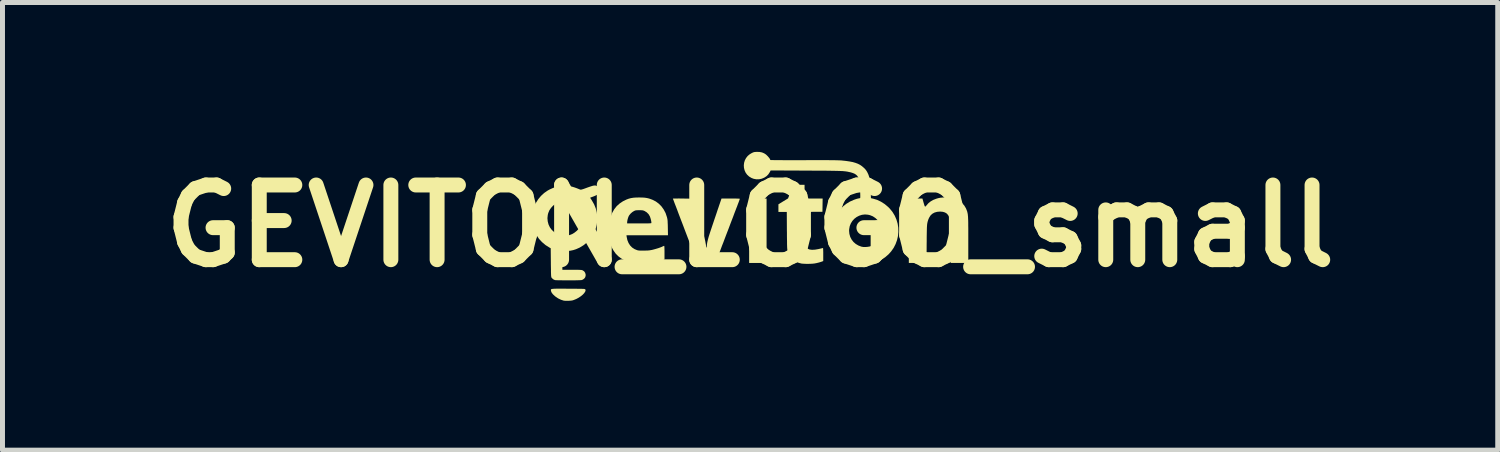
<source format=kicad_pcb>
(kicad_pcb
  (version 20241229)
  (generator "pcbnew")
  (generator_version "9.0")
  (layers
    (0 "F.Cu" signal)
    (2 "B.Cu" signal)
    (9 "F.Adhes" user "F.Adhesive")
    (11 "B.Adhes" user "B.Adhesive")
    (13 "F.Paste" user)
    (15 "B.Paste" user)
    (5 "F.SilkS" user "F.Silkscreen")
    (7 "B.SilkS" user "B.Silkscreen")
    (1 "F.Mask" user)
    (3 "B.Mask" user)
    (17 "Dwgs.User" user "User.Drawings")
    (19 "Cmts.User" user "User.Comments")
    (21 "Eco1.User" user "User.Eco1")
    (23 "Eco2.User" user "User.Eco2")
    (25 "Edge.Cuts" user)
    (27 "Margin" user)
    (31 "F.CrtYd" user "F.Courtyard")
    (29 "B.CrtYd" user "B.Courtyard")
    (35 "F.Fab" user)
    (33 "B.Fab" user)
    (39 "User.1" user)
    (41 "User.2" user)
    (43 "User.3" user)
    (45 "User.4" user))
  (footprint "GEVITON_LOGO_small"
    (layer "F.Cu")
    (at 12.014 1.487)
    (property "Reference" "GEVITON_LOGO_small" (at 0 0 0) (layer "F.SilkS") (effects (font (size 1.5 1.5) (thickness 0.3))))
    (attr board_only exclude_from_pos_files exclude_from_bom)
    (fp_poly (pts (xy 0.331 0.097) (xy 0.331 0.744) (xy 0.156 0.744) (xy -0.019 0.744) (xy -0.019 0.097) (xy -0.019 -0.55) (xy 0.156 -0.55) (xy 0.331 -0.55)) (stroke (width 0) (type solid)) (fill yes) (layer "F.SilkS"))
    (fp_poly (pts (xy -3.759 1.26) (xy -3.688 1.261) (xy -3.665 1.261) (xy -3.602 1.261) (xy -3.543 1.261) (xy -3.489 1.262) (xy -3.44 1.263) (xy -3.398 1.263) (xy -3.365 1.264) (xy -3.342 1.265) (xy -3.329 1.265) (xy -3.328 1.266) (xy -3.311 1.273) (xy -3.304 1.285) (xy -3.306 1.305) (xy -3.313 1.322) (xy -3.333 1.352) (xy -3.363 1.383) (xy -3.401 1.414) (xy -3.445 1.443) (xy -3.492 1.468) (xy -3.534 1.485) (xy -3.559 1.494) (xy -3.584 1.499) (xy -3.613 1.502) (xy -3.648 1.504) (xy -3.679 1.504) (xy -3.708 1.504) (xy -3.731 1.502) (xy -3.742 1.501) (xy -3.798 1.483) (xy -3.856 1.455) (xy -3.912 1.417) (xy -3.922 1.408) (xy -3.958 1.375) (xy -3.984 1.342) (xy -3.997 1.312) (xy -3.999 1.303) (xy -4 1.293) (xy -4.001 1.285) (xy -4 1.279) (xy -3.996 1.273) (xy -3.989 1.269) (xy -3.978 1.266) (xy -3.96 1.264) (xy -3.937 1.262) (xy -3.906 1.261) (xy -3.866 1.26) (xy -3.818 1.26)) (stroke (width 0) (type solid)) (fill yes) (layer "F.SilkS"))
    (fp_poly (pts (xy 1.094 -0.688) (xy 1.094 -0.55) (xy 1.275 -0.55) (xy 1.457 -0.55) (xy 1.455 -0.417) (xy 1.453 -0.284) (xy 1.274 -0.283) (xy 1.094 -0.281) (xy 1.094 0.049) (xy 1.094 0.122) (xy 1.094 0.183) (xy 1.095 0.234) (xy 1.095 0.276) (xy 1.095 0.31) (xy 1.096 0.337) (xy 1.097 0.357) (xy 1.098 0.373) (xy 1.1 0.384) (xy 1.102 0.393) (xy 1.104 0.4) (xy 1.106 0.404) (xy 1.127 0.436) (xy 1.157 0.459) (xy 1.196 0.474) (xy 1.244 0.48) (xy 1.302 0.477) (xy 1.368 0.466) (xy 1.399 0.459) (xy 1.425 0.453) (xy 1.447 0.448) (xy 1.461 0.444) (xy 1.464 0.444) (xy 1.466 0.45) (xy 1.467 0.466) (xy 1.468 0.492) (xy 1.469 0.524) (xy 1.469 0.562) (xy 1.469 0.574) (xy 1.469 0.705) (xy 1.446 0.715) (xy 1.416 0.725) (xy 1.378 0.736) (xy 1.337 0.746) (xy 1.296 0.754) (xy 1.28 0.756) (xy 1.249 0.759) (xy 1.211 0.761) (xy 1.169 0.762) (xy 1.126 0.762) (xy 1.086 0.76) (xy 1.052 0.758) (xy 1.033 0.756) (xy 0.996 0.747) (xy 0.957 0.735) (xy 0.92 0.72) (xy 0.89 0.704) (xy 0.886 0.701) (xy 0.841 0.663) (xy 0.803 0.615) (xy 0.773 0.558) (xy 0.753 0.5) (xy 0.75 0.49) (xy 0.748 0.479) (xy 0.747 0.465) (xy 0.745 0.447) (xy 0.744 0.425) (xy 0.743 0.397) (xy 0.742 0.362) (xy 0.742 0.32) (xy 0.741 0.269) (xy 0.74 0.207) (xy 0.74 0.135) (xy 0.739 0.089) (xy 0.737 -0.281) (xy 0.653 -0.281) (xy 0.569 -0.281) (xy 0.569 -0.358) (xy 0.569 -0.434) (xy 0.665 -0.493) (xy 0.762 -0.552) (xy 0.784 -0.609) (xy 0.795 -0.638) (xy 0.808 -0.674) (xy 0.823 -0.712) (xy 0.835 -0.745) (xy 0.865 -0.825) (xy 0.979 -0.825) (xy 1.094 -0.825)) (stroke (width 0) (type solid)) (fill yes) (layer "F.SilkS"))
    (fp_poly (pts (xy 3.985 -0.57) (xy 4.036 -0.564) (xy 4.069 -0.557) (xy 4.141 -0.533) (xy 4.204 -0.5) (xy 4.257 -0.459) (xy 4.301 -0.41) (xy 4.335 -0.353) (xy 4.348 -0.321) (xy 4.354 -0.305) (xy 4.36 -0.289) (xy 4.364 -0.272) (xy 4.368 -0.254) (xy 4.372 -0.233) (xy 4.374 -0.21) (xy 4.377 -0.182) (xy 4.378 -0.149) (xy 4.38 -0.109) (xy 4.381 -0.063) (xy 4.381 -0.009) (xy 4.382 0.054) (xy 4.382 0.127) (xy 4.382 0.211) (xy 4.382 0.289) (xy 4.382 0.744) (xy 4.204 0.744) (xy 4.026 0.744) (xy 4.026 0.334) (xy 4.026 0.251) (xy 4.026 0.179) (xy 4.026 0.117) (xy 4.025 0.065) (xy 4.025 0.022) (xy 4.024 -0.014) (xy 4.023 -0.042) (xy 4.022 -0.066) (xy 4.021 -0.084) (xy 4.02 -0.099) (xy 4.018 -0.111) (xy 4.016 -0.121) (xy 4 -0.174) (xy 3.978 -0.216) (xy 3.95 -0.248) (xy 3.914 -0.27) (xy 3.871 -0.283) (xy 3.819 -0.288) (xy 3.817 -0.288) (xy 3.757 -0.283) (xy 3.706 -0.269) (xy 3.663 -0.246) (xy 3.627 -0.214) (xy 3.599 -0.171) (xy 3.583 -0.138) (xy 3.577 -0.12) (xy 3.571 -0.103) (xy 3.566 -0.086) (xy 3.562 -0.069) (xy 3.558 -0.049) (xy 3.555 -0.027) (xy 3.553 0.000047) (xy 3.551 0.032) (xy 3.55 0.07) (xy 3.549 0.116) (xy 3.548 0.17) (xy 3.547 0.234) (xy 3.547 0.309) (xy 3.546 0.367) (xy 3.544 0.744) (xy 3.366 0.744) (xy 3.188 0.744) (xy 3.188 0.097) (xy 3.188 -0.55) (xy 3.325 -0.55) (xy 3.461 -0.55) (xy 3.472 -0.511) (xy 3.484 -0.468) (xy 3.494 -0.435) (xy 3.501 -0.412) (xy 3.507 -0.398) (xy 3.512 -0.39) (xy 3.516 -0.388) (xy 3.525 -0.392) (xy 3.536 -0.404) (xy 3.542 -0.411) (xy 3.581 -0.456) (xy 3.626 -0.492) (xy 3.678 -0.522) (xy 3.74 -0.546) (xy 3.777 -0.557) (xy 3.822 -0.566) (xy 3.874 -0.571) (xy 3.93 -0.573)) (stroke (width 0) (type solid)) (fill yes) (layer "F.SilkS"))
    (fp_poly (pts (xy -1.393 -0.55) (xy -1.351 -0.55) (xy -1.31 -0.549) (xy -1.272 -0.549) (xy -1.237 -0.548) (xy -1.209 -0.547) (xy -1.189 -0.546) (xy -1.179 -0.545) (xy -1.179 -0.544) (xy -1.176 -0.538) (xy -1.17 -0.52) (xy -1.16 -0.493) (xy -1.148 -0.458) (xy -1.134 -0.416) (xy -1.118 -0.368) (xy -1.1 -0.316) (xy -1.081 -0.261) (xy -1.061 -0.203) (xy -1.042 -0.145) (xy -1.022 -0.088) (xy -1.003 -0.032) (xy -0.985 0.022) (xy -0.969 0.071) (xy -0.954 0.114) (xy -0.95 0.126) (xy -0.922 0.218) (xy -0.901 0.302) (xy -0.887 0.38) (xy -0.884 0.406) (xy -0.881 0.427) (xy -0.877 0.436) (xy -0.873 0.433) (xy -0.87 0.418) (xy -0.869 0.398) (xy -0.866 0.366) (xy -0.859 0.325) (xy -0.847 0.274) (xy -0.831 0.216) (xy -0.811 0.153) (xy -0.8 0.119) (xy -0.78 0.059) (xy -0.759 -0.004) (xy -0.737 -0.069) (xy -0.715 -0.135) (xy -0.693 -0.199) (xy -0.672 -0.261) (xy -0.653 -0.319) (xy -0.635 -0.371) (xy -0.62 -0.416) (xy -0.607 -0.453) (xy -0.598 -0.48) (xy -0.596 -0.486) (xy -0.574 -0.55) (xy -0.39 -0.55) (xy -0.343 -0.55) (xy -0.301 -0.55) (xy -0.265 -0.549) (xy -0.236 -0.548) (xy -0.216 -0.547) (xy -0.207 -0.545) (xy -0.206 -0.545) (xy -0.208 -0.539) (xy -0.212 -0.526) (xy -0.22 -0.504) (xy -0.231 -0.473) (xy -0.247 -0.432) (xy -0.266 -0.38) (xy -0.271 -0.369) (xy -0.293 -0.311) (xy -0.317 -0.249) (xy -0.342 -0.181) (xy -0.369 -0.111) (xy -0.397 -0.038) (xy -0.425 0.037) (xy -0.454 0.112) (xy -0.483 0.187) (xy -0.511 0.261) (xy -0.538 0.333) (xy -0.565 0.401) (xy -0.589 0.466) (xy -0.612 0.526) (xy -0.633 0.58) (xy -0.651 0.628) (xy -0.666 0.667) (xy -0.678 0.699) (xy -0.686 0.72) (xy -0.69 0.732) (xy -0.691 0.733) (xy -0.693 0.736) (xy -0.697 0.739) (xy -0.705 0.741) (xy -0.718 0.742) (xy -0.737 0.743) (xy -0.764 0.743) (xy -0.8 0.744) (xy -0.847 0.744) (xy -0.876 0.744) (xy -1.057 0.744) (xy -1.063 0.73) (xy -1.068 0.716) (xy -1.077 0.695) (xy -1.088 0.667) (xy -1.1 0.636) (xy -1.112 0.604) (xy -1.124 0.573) (xy -1.134 0.547) (xy -1.141 0.528) (xy -1.144 0.519) (xy -1.149 0.506) (xy -1.156 0.486) (xy -1.166 0.46) (xy -1.171 0.447) (xy -1.185 0.412) (xy -1.201 0.369) (xy -1.22 0.32) (xy -1.241 0.265) (xy -1.264 0.205) (xy -1.288 0.142) (xy -1.313 0.077) (xy -1.338 0.01) (xy -1.364 -0.058) (xy -1.39 -0.125) (xy -1.415 -0.191) (xy -1.439 -0.254) (xy -1.461 -0.314) (xy -1.482 -0.369) (xy -1.501 -0.418) (xy -1.518 -0.461) (xy -1.531 -0.497) (xy -1.541 -0.524) (xy -1.548 -0.541) (xy -1.55 -0.548) (xy -1.55 -0.548) (xy -1.544 -0.549) (xy -1.528 -0.55) (xy -1.503 -0.55) (xy -1.47 -0.55) (xy -1.433 -0.551)) (stroke (width 0) (type solid)) (fill yes) (layer "F.SilkS"))
    (fp_poly (pts (xy -2.226 -0.571) (xy -2.166 -0.57) (xy -2.116 -0.567) (xy -2.071 -0.56) (xy -2.029 -0.55) (xy -1.987 -0.535) (xy -1.96 -0.525) (xy -1.892 -0.49) (xy -1.832 -0.445) (xy -1.779 -0.391) (xy -1.734 -0.328) (xy -1.697 -0.258) (xy -1.671 -0.18) (xy -1.669 -0.175) (xy -1.665 -0.156) (xy -1.661 -0.138) (xy -1.658 -0.117) (xy -1.656 -0.092) (xy -1.655 -0.061) (xy -1.653 -0.022) (xy -1.652 0.028) (xy -1.652 0.033) (xy -1.649 0.188) (xy -2.066 0.188) (xy -2.483 0.188) (xy -2.479 0.217) (xy -2.465 0.284) (xy -2.441 0.343) (xy -2.409 0.393) (xy -2.369 0.434) (xy -2.32 0.466) (xy -2.281 0.482) (xy -2.265 0.488) (xy -2.249 0.492) (xy -2.232 0.494) (xy -2.21 0.496) (xy -2.181 0.496) (xy -2.142 0.496) (xy -2.138 0.496) (xy -2.092 0.495) (xy -2.055 0.494) (xy -2.023 0.491) (xy -1.993 0.486) (xy -1.97 0.482) (xy -1.931 0.472) (xy -1.888 0.46) (xy -1.845 0.447) (xy -1.805 0.433) (xy -1.772 0.42) (xy -1.756 0.412) (xy -1.739 0.405) (xy -1.728 0.4) (xy -1.726 0.4) (xy -1.723 0.406) (xy -1.721 0.425) (xy -1.72 0.456) (xy -1.719 0.499) (xy -1.719 0.537) (xy -1.719 0.673) (xy -1.736 0.681) (xy -1.81 0.711) (xy -1.89 0.735) (xy -1.972 0.751) (xy -2.008 0.756) (xy -2.041 0.759) (xy -2.081 0.76) (xy -2.127 0.761) (xy -2.175 0.762) (xy -2.221 0.761) (xy -2.263 0.76) (xy -2.297 0.758) (xy -2.311 0.756) (xy -2.385 0.742) (xy -2.457 0.719) (xy -2.526 0.689) (xy -2.59 0.652) (xy -2.646 0.61) (xy -2.693 0.563) (xy -2.701 0.554) (xy -2.744 0.493) (xy -2.779 0.43) (xy -2.805 0.362) (xy -2.823 0.289) (xy -2.835 0.208) (xy -2.839 0.118) (xy -2.839 0.103) (xy -2.834 -0.002) (xy -2.828 -0.05) (xy -2.469 -0.05) (xy -2.226 -0.05) (xy -2.164 -0.05) (xy -2.113 -0.05) (xy -2.073 -0.05) (xy -2.042 -0.051) (xy -2.019 -0.052) (xy -2.002 -0.053) (xy -1.991 -0.054) (xy -1.985 -0.056) (xy -1.982 -0.058) (xy -1.982 -0.06) (xy -1.984 -0.086) (xy -1.99 -0.117) (xy -1.999 -0.151) (xy -2.009 -0.181) (xy -2.013 -0.192) (xy -2.039 -0.236) (xy -2.075 -0.272) (xy -2.118 -0.299) (xy -2.118 -0.299) (xy -2.135 -0.306) (xy -2.15 -0.311) (xy -2.168 -0.314) (xy -2.19 -0.315) (xy -2.222 -0.316) (xy -2.226 -0.316) (xy -2.258 -0.315) (xy -2.281 -0.314) (xy -2.298 -0.312) (xy -2.313 -0.307) (xy -2.329 -0.3) (xy -2.333 -0.298) (xy -2.366 -0.277) (xy -2.399 -0.248) (xy -2.426 -0.215) (xy -2.438 -0.195) (xy -2.448 -0.17) (xy -2.458 -0.138) (xy -2.465 -0.106) (xy -2.469 -0.077) (xy -2.469 -0.07) (xy -2.469 -0.05) (xy -2.828 -0.05) (xy -2.821 -0.098) (xy -2.799 -0.186) (xy -2.768 -0.265) (xy -2.728 -0.335) (xy -2.679 -0.397) (xy -2.62 -0.45) (xy -2.553 -0.495) (xy -2.484 -0.529) (xy -2.439 -0.546) (xy -2.394 -0.558) (xy -2.345 -0.566) (xy -2.291 -0.57) (xy -2.227 -0.571)) (stroke (width 0) (type solid)) (fill yes) (layer "F.SilkS"))
    (fp_poly (pts (xy -3.098 -0.81) (xy -3.084 -0.804) (xy -3.083 -0.804) (xy -3.054 -0.782) (xy -3.034 -0.754) (xy -3.025 -0.72) (xy -3.027 -0.686) (xy -3.034 -0.664) (xy -3.047 -0.645) (xy -3.067 -0.628) (xy -3.095 -0.613) (xy -3.134 -0.596) (xy -3.142 -0.593) (xy -3.169 -0.583) (xy -3.191 -0.575) (xy -3.206 -0.569) (xy -3.212 -0.566) (xy -3.209 -0.561) (xy -3.201 -0.547) (xy -3.188 -0.528) (xy -3.176 -0.509) (xy -3.132 -0.432) (xy -3.1 -0.353) (xy -3.079 -0.271) (xy -3.069 -0.188) (xy -3.069 -0.105) (xy -3.08 -0.023) (xy -3.101 0.057) (xy -3.131 0.133) (xy -3.171 0.206) (xy -3.22 0.273) (xy -3.279 0.334) (xy -3.345 0.388) (xy -3.42 0.434) (xy -3.435 0.441) (xy -3.496 0.468) (xy -3.552 0.486) (xy -3.61 0.498) (xy -3.672 0.504) (xy -3.687 0.505) (xy -3.77 0.508) (xy -3.77 0.695) (xy -3.77 0.881) (xy -3.577 0.881) (xy -3.523 0.881) (xy -3.48 0.882) (xy -3.446 0.882) (xy -3.42 0.883) (xy -3.401 0.884) (xy -3.387 0.885) (xy -3.376 0.888) (xy -3.368 0.89) (xy -3.36 0.894) (xy -3.357 0.896) (xy -3.333 0.912) (xy -3.316 0.936) (xy -3.314 0.938) (xy -3.303 0.972) (xy -3.303 1.005) (xy -3.314 1.036) (xy -3.334 1.061) (xy -3.363 1.08) (xy -3.386 1.088) (xy -3.398 1.089) (xy -3.421 1.09) (xy -3.453 1.091) (xy -3.492 1.092) (xy -3.537 1.093) (xy -3.586 1.093) (xy -3.637 1.093) (xy -3.689 1.093) (xy -3.739 1.093) (xy -3.786 1.092) (xy -3.829 1.092) (xy -3.866 1.091) (xy -3.894 1.09) (xy -3.913 1.089) (xy -3.919 1.088) (xy -3.951 1.074) (xy -3.979 1.049) (xy -3.985 1.042) (xy -3.988 1.037) (xy -3.991 1.032) (xy -3.993 1.025) (xy -3.994 1.014) (xy -3.996 1) (xy -3.997 0.98) (xy -3.998 0.954) (xy -3.999 0.92) (xy -3.999 0.877) (xy -4 0.825) (xy -4.001 0.761) (xy -4.001 0.737) (xy -4.004 0.449) (xy -4.032 0.433) (xy -4.111 0.383) (xy -4.18 0.324) (xy -4.24 0.259) (xy -4.29 0.186) (xy -4.33 0.108) (xy -4.359 0.024) (xy -4.373 -0.041) (xy -4.382 -0.13) (xy -4.381 -0.155) (xy -4.07 -0.155) (xy -4.064 -0.09) (xy -4.048 -0.029) (xy -4.021 0.028) (xy -3.984 0.078) (xy -3.937 0.122) (xy -3.924 0.132) (xy -3.866 0.166) (xy -3.805 0.187) (xy -3.742 0.197) (xy -3.678 0.195) (xy -3.625 0.184) (xy -3.574 0.164) (xy -3.526 0.135) (xy -3.481 0.099) (xy -3.443 0.059) (xy -3.418 0.02) (xy -3.392 -0.04) (xy -3.378 -0.101) (xy -3.375 -0.162) (xy -3.382 -0.221) (xy -3.399 -0.278) (xy -3.425 -0.331) (xy -3.46 -0.379) (xy -3.503 -0.42) (xy -3.553 -0.454) (xy -3.61 -0.48) (xy -3.673 -0.495) (xy -3.735 -0.498) (xy -3.796 -0.49) (xy -3.854 -0.471) (xy -3.908 -0.444) (xy -3.956 -0.407) (xy -3.997 -0.363) (xy -4.031 -0.313) (xy -4.054 -0.257) (xy -4.063 -0.221) (xy -4.07 -0.155) (xy -4.381 -0.155) (xy -4.378 -0.217) (xy -4.363 -0.303) (xy -4.337 -0.385) (xy -4.301 -0.463) (xy -4.255 -0.536) (xy -4.2 -0.602) (xy -4.136 -0.661) (xy -4.064 -0.711) (xy -4.023 -0.733) (xy -3.954 -0.764) (xy -3.885 -0.785) (xy -3.813 -0.798) (xy -3.734 -0.802) (xy -3.72 -0.802) (xy -3.676 -0.801) (xy -3.637 -0.799) (xy -3.601 -0.793) (xy -3.565 -0.785) (xy -3.526 -0.773) (xy -3.481 -0.757) (xy -3.429 -0.736) (xy -3.416 -0.731) (xy -3.409 -0.729) (xy -3.401 -0.728) (xy -3.39 -0.729) (xy -3.375 -0.733) (xy -3.354 -0.739) (xy -3.325 -0.749) (xy -3.287 -0.763) (xy -3.274 -0.768) (xy -3.225 -0.785) (xy -3.186 -0.798) (xy -3.156 -0.807) (xy -3.132 -0.811) (xy -3.113 -0.812)) (stroke (width 0) (type solid)) (fill yes) (layer "F.SilkS"))
    (fp_poly (pts (xy 0.192 -1.485) (xy 0.239 -1.476) (xy 0.282 -1.458) (xy 0.319 -1.434) (xy 0.336 -1.418) (xy 0.356 -1.398) (xy 0.375 -1.376) (xy 0.391 -1.355) (xy 0.402 -1.337) (xy 0.406 -1.325) (xy 0.406 -1.324) (xy 0.413 -1.323) (xy 0.431 -1.323) (xy 0.46 -1.322) (xy 0.501 -1.321) (xy 0.552 -1.321) (xy 0.614 -1.321) (xy 0.684 -1.32) (xy 0.764 -1.32) (xy 0.853 -1.32) (xy 0.949 -1.32) (xy 1.053 -1.32) (xy 1.08 -1.32) (xy 1.196 -1.321) (xy 1.3 -1.321) (xy 1.393 -1.321) (xy 1.475 -1.321) (xy 1.547 -1.321) (xy 1.611 -1.32) (xy 1.665 -1.32) (xy 1.712 -1.319) (xy 1.751 -1.318) (xy 1.783 -1.317) (xy 1.81 -1.316) (xy 1.831 -1.315) (xy 1.841 -1.314) (xy 1.925 -1.305) (xy 1.999 -1.294) (xy 2.062 -1.282) (xy 2.117 -1.266) (xy 2.165 -1.248) (xy 2.208 -1.226) (xy 2.246 -1.2) (xy 2.281 -1.17) (xy 2.289 -1.163) (xy 2.315 -1.136) (xy 2.334 -1.111) (xy 2.35 -1.085) (xy 2.361 -1.063) (xy 2.376 -1.031) (xy 2.387 -0.999) (xy 2.397 -0.965) (xy 2.405 -0.928) (xy 2.411 -0.886) (xy 2.416 -0.838) (xy 2.419 -0.78) (xy 2.422 -0.713) (xy 2.423 -0.686) (xy 2.427 -0.557) (xy 2.472 -0.547) (xy 2.552 -0.523) (xy 2.629 -0.486) (xy 2.703 -0.439) (xy 2.772 -0.381) (xy 2.805 -0.348) (xy 2.86 -0.28) (xy 2.905 -0.206) (xy 2.939 -0.128) (xy 2.963 -0.047) (xy 2.976 0.036) (xy 2.978 0.119) (xy 2.97 0.203) (xy 2.951 0.285) (xy 2.922 0.365) (xy 2.883 0.441) (xy 2.833 0.512) (xy 2.781 0.57) (xy 2.712 0.63) (xy 2.636 0.678) (xy 2.556 0.716) (xy 2.472 0.743) (xy 2.384 0.758) (xy 2.293 0.761) (xy 2.213 0.754) (xy 2.128 0.735) (xy 2.047 0.705) (xy 1.97 0.665) (xy 1.899 0.614) (xy 1.835 0.555) (xy 1.778 0.488) (xy 1.731 0.413) (xy 1.715 0.383) (xy 1.682 0.301) (xy 1.661 0.217) (xy 1.651 0.132) (xy 1.652 0.097) (xy 1.988 0.097) (xy 1.994 0.16) (xy 2.011 0.22) (xy 2.039 0.274) (xy 2.076 0.322) (xy 2.122 0.362) (xy 2.176 0.394) (xy 2.234 0.416) (xy 2.272 0.423) (xy 2.317 0.424) (xy 2.363 0.42) (xy 2.407 0.412) (xy 2.434 0.403) (xy 2.49 0.374) (xy 2.539 0.336) (xy 2.579 0.29) (xy 2.61 0.239) (xy 2.631 0.182) (xy 2.642 0.122) (xy 2.64 0.06) (xy 2.638 0.047) (xy 2.623 -0.012) (xy 2.597 -0.067) (xy 2.561 -0.116) (xy 2.517 -0.158) (xy 2.466 -0.192) (xy 2.41 -0.215) (xy 2.368 -0.225) (xy 2.307 -0.23) (xy 2.247 -0.223) (xy 2.191 -0.205) (xy 2.139 -0.178) (xy 2.093 -0.143) (xy 2.054 -0.1) (xy 2.023 -0.05) (xy 2.001 0.005) (xy 1.99 0.065) (xy 1.988 0.097) (xy 1.652 0.097) (xy 1.652 0.049) (xy 1.664 -0.034) (xy 1.686 -0.114) (xy 1.717 -0.19) (xy 1.758 -0.262) (xy 1.808 -0.329) (xy 1.865 -0.39) (xy 1.931 -0.443) (xy 2.004 -0.488) (xy 2.085 -0.524) (xy 2.134 -0.541) (xy 2.16 -0.548) (xy 2.183 -0.553) (xy 2.198 -0.556) (xy 2.202 -0.556) (xy 2.206 -0.557) (xy 2.209 -0.559) (xy 2.211 -0.564) (xy 2.213 -0.574) (xy 2.213 -0.59) (xy 2.213 -0.614) (xy 2.212 -0.648) (xy 2.211 -0.692) (xy 2.211 -0.699) (xy 2.208 -0.774) (xy 2.204 -0.838) (xy 2.196 -0.892) (xy 2.186 -0.937) (xy 2.172 -0.973) (xy 2.154 -1.003) (xy 2.13 -1.027) (xy 2.102 -1.046) (xy 2.067 -1.061) (xy 2.026 -1.074) (xy 2.01 -1.078) (xy 1.991 -1.082) (xy 1.972 -1.086) (xy 1.954 -1.09) (xy 1.934 -1.093) (xy 1.913 -1.096) (xy 1.89 -1.098) (xy 1.863 -1.101) (xy 1.832 -1.102) (xy 1.797 -1.104) (xy 1.757 -1.105) (xy 1.71 -1.106) (xy 1.656 -1.107) (xy 1.595 -1.108) (xy 1.525 -1.109) (xy 1.446 -1.109) (xy 1.356 -1.11) (xy 1.257 -1.11) (xy 1.145 -1.111) (xy 1.112 -1.111) (xy 0.413 -1.114) (xy 0.397 -1.082) (xy 0.367 -1.036) (xy 0.329 -0.998) (xy 0.284 -0.969) (xy 0.234 -0.948) (xy 0.181 -0.937) (xy 0.126 -0.936) (xy 0.072 -0.946) (xy 0.028 -0.963) (xy -0.02 -0.992) (xy -0.06 -1.029) (xy -0.09 -1.071) (xy -0.111 -1.118) (xy -0.123 -1.167) (xy -0.126 -1.218) (xy -0.12 -1.269) (xy -0.105 -1.318) (xy -0.081 -1.363) (xy -0.048 -1.405) (xy -0.006 -1.44) (xy 0.03 -1.461) (xy 0.054 -1.473) (xy 0.073 -1.48) (xy 0.092 -1.484) (xy 0.116 -1.486) (xy 0.139 -1.487)) (stroke (width 0) (type solid)) (fill yes) (layer "F.SilkS")))
  (gr_rect
    (start -3 -3)
    (end 27.029 5.991)
    (stroke (width 0.1) (type default))
    (fill no)
    (layer "Edge.Cuts")))
</source>
